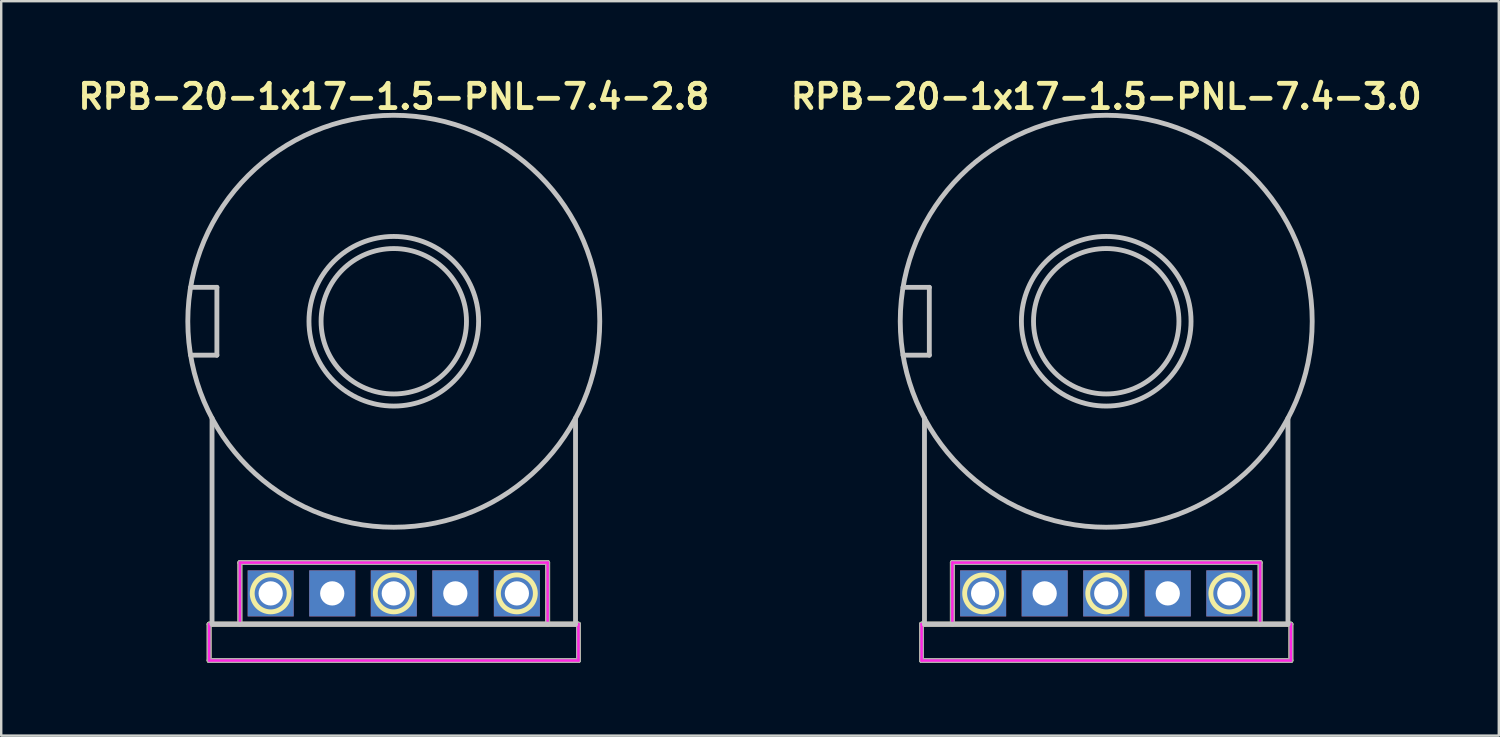
<source format=kicad_pcb>
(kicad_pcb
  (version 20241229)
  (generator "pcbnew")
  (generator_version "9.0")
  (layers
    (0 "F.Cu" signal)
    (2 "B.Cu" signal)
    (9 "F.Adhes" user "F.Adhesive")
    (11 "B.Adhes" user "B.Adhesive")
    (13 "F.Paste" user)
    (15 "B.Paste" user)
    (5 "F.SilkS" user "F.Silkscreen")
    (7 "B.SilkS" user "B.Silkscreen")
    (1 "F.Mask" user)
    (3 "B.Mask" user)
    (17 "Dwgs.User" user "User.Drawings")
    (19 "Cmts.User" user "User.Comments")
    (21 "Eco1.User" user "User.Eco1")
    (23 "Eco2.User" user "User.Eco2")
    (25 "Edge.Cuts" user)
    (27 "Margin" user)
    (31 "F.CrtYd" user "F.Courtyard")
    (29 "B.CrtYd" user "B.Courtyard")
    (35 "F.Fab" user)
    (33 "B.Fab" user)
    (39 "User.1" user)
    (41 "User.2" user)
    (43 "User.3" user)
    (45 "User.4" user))
  (footprint "RPB-20-1x17-1.5-PNL-7.4-2.8"
    (layer "F.Cu")
    (at 13.2 10.207)
    (property "Reference" "RPB-20-1x17-1.5-PNL-7.4-2.8" (at 0 -9.271 0) (layer "F.SilkS") (effects (font (size 1 1) (thickness 0.2))))
    (attr through_hole)
    (fp_line (start -7.62 12.5) (end -7.62 14) (stroke (width 0.2) (type solid)) (layer "F.SilkS"))
    (fp_line (start -7.62 12.5) (end 7.62 12.5) (stroke (width 0.2) (type solid)) (layer "F.SilkS"))
    (fp_line (start -7.62 14) (end 7.62 14) (stroke (width 0.2) (type solid)) (layer "F.SilkS"))
    (fp_line (start -6.35 9.96) (end -6.35 12.5) (stroke (width 0.2) (type solid)) (layer "F.SilkS"))
    (fp_line (start -6.35 9.96) (end 6.35 9.96) (stroke (width 0.2) (type solid)) (layer "F.SilkS"))
    (fp_line (start 6.35 9.96) (end 6.35 12.5) (stroke (width 0.2) (type solid)) (layer "F.SilkS"))
    (fp_line (start 7.62 12.5) (end 7.62 14) (stroke (width 0.2) (type solid)) (layer "F.SilkS"))
    (fp_circle (center -5.08 11.23) (end -4.318 11.23) (stroke (width 0.2) (type solid)) (fill no) (layer "F.SilkS"))
    (fp_circle (center 0 11.23) (end 0.762 11.23) (stroke (width 0.2) (type solid)) (fill no) (layer "F.SilkS"))
    (fp_circle (center 5.08 11.23) (end 5.842 11.23) (stroke (width 0.2) (type solid)) (fill no) (layer "F.SilkS"))
    (fp_line (start -8.384 -1.4) (end -7.3 -1.4) (stroke (width 0.2) (type solid)) (layer "Dwgs.User"))
    (fp_line (start -8.384 1.4) (end -7.3 1.4) (stroke (width 0.2) (type solid)) (layer "Dwgs.User"))
    (fp_line (start -7.5 4) (end -7.5 12.5) (stroke (width 0.2) (type solid)) (layer "Dwgs.User"))
    (fp_line (start -7.5 12.5) (end 7.5 12.5) (stroke (width 0.2) (type solid)) (layer "Dwgs.User"))
    (fp_line (start -7.3 -1.4) (end -7.3 1.4) (stroke (width 0.2) (type solid)) (layer "Dwgs.User"))
    (fp_line (start 7.5 4) (end 7.5 12.5) (stroke (width 0.2) (type solid)) (layer "Dwgs.User"))
    (fp_circle (center 0 0) (end 3 0) (stroke (width 0.2) (type solid)) (fill no) (layer "Dwgs.User"))
    (fp_circle (center 0 0) (end 3.5 0) (stroke (width 0.2) (type solid)) (fill no) (layer "Dwgs.User"))
    (fp_circle (center 0 0) (end 8.5 0) (stroke (width 0.2) (type solid)) (fill no) (layer "Dwgs.User"))
    (fp_circle (center -7.9 0) (end -6.5 0) (stroke (width 0.4) (type solid)) (fill no) (layer "Eco1.User"))
    (fp_circle (center 0 0) (end 3.7 0) (stroke (width 0.4) (type solid)) (fill no) (layer "Eco1.User"))
    (fp_line (start -7.62 12.5) (end -7.62 14) (stroke (width 0.1) (type solid)) (layer "F.CrtYd"))
    (fp_line (start -7.62 12.5) (end -6.35 12.5) (stroke (width 0.1) (type solid)) (layer "F.CrtYd"))
    (fp_line (start -7.62 14) (end 7.62 14) (stroke (width 0.1) (type solid)) (layer "F.CrtYd"))
    (fp_line (start -6.35 9.96) (end -6.35 12.5) (stroke (width 0.1) (type solid)) (layer "F.CrtYd"))
    (fp_line (start -6.35 9.96) (end 6.35 9.96) (stroke (width 0.1) (type solid)) (layer "F.CrtYd"))
    (fp_line (start 6.35 9.96) (end 6.35 12.5) (stroke (width 0.1) (type solid)) (layer "F.CrtYd"))
    (fp_line (start 6.35 12.5) (end 7.62 12.5) (stroke (width 0.1) (type solid)) (layer "F.CrtYd"))
    (fp_line (start 7.62 12.5) (end 7.62 14) (stroke (width 0.1) (type solid)) (layer "F.CrtYd"))
    (fp_line (start -7.62 12.5) (end -7.62 14) (stroke (width 0.2) (type solid)) (layer "F.Fab"))
    (fp_line (start -7.62 12.5) (end 7.62 12.5) (stroke (width 0.2) (type solid)) (layer "F.Fab"))
    (fp_line (start -7.62 14) (end 7.62 14) (stroke (width 0.2) (type solid)) (layer "F.Fab"))
    (fp_line (start -6.35 9.96) (end -6.35 12.5) (stroke (width 0.2) (type solid)) (layer "F.Fab"))
    (fp_line (start -6.35 9.96) (end 6.35 9.96) (stroke (width 0.2) (type solid)) (layer "F.Fab"))
    (fp_line (start 6.35 9.96) (end 6.35 12.5) (stroke (width 0.2) (type solid)) (layer "F.Fab"))
    (fp_line (start 7.62 12.5) (end 7.62 14) (stroke (width 0.2) (type solid)) (layer "F.Fab"))
    (pad "1" thru_hole rect (at -5.08 11.23) (size 1.9 1.9) (drill 1) (layers "B.Cu" "B.Mask"))
    (pad "2" thru_hole rect (at 0 11.23) (size 1.9 1.9) (drill 1) (layers "B.Cu" "B.Mask"))
    (pad "3" thru_hole rect (at 5.08 11.23) (size 1.9 1.9) (drill 1) (layers "B.Cu" "B.Mask"))
    (pad "NC1" thru_hole rect (at -2.54 11.23) (size 1.9 1.9) (drill 1) (layers "B.Cu" "B.Mask"))
    (pad "NC2" thru_hole rect (at 2.54 11.23) (size 1.9 1.9) (drill 1) (layers "B.Cu" "B.Mask")))
  (footprint "RPB-20-1x17-1.5-PNL-7.4-3.0"
    (layer "F.Cu")
    (at 42.6 10.207)
    (property "Reference" "RPB-20-1x17-1.5-PNL-7.4-3.0" (at 0 -9.271 0) (layer "F.SilkS") (effects (font (size 1 1) (thickness 0.2))))
    (attr through_hole)
    (fp_line (start -7.62 12.5) (end -7.62 14) (stroke (width 0.2) (type solid)) (layer "F.SilkS"))
    (fp_line (start -7.62 12.5) (end 7.62 12.5) (stroke (width 0.2) (type solid)) (layer "F.SilkS"))
    (fp_line (start -7.62 14) (end 7.62 14) (stroke (width 0.2) (type solid)) (layer "F.SilkS"))
    (fp_line (start -6.35 9.96) (end -6.35 12.5) (stroke (width 0.2) (type solid)) (layer "F.SilkS"))
    (fp_line (start -6.35 9.96) (end 6.35 9.96) (stroke (width 0.2) (type solid)) (layer "F.SilkS"))
    (fp_line (start 6.35 9.96) (end 6.35 12.5) (stroke (width 0.2) (type solid)) (layer "F.SilkS"))
    (fp_line (start 7.62 12.5) (end 7.62 14) (stroke (width 0.2) (type solid)) (layer "F.SilkS"))
    (fp_circle (center -5.08 11.23) (end -4.318 11.23) (stroke (width 0.2) (type solid)) (fill no) (layer "F.SilkS"))
    (fp_circle (center 0 11.23) (end 0.762 11.23) (stroke (width 0.2) (type solid)) (fill no) (layer "F.SilkS"))
    (fp_circle (center 5.08 11.23) (end 5.842 11.23) (stroke (width 0.2) (type solid)) (fill no) (layer "F.SilkS"))
    (fp_line (start -8.384 -1.4) (end -7.3 -1.4) (stroke (width 0.2) (type solid)) (layer "Dwgs.User"))
    (fp_line (start -8.384 1.4) (end -7.3 1.4) (stroke (width 0.2) (type solid)) (layer "Dwgs.User"))
    (fp_line (start -7.5 4) (end -7.5 12.5) (stroke (width 0.2) (type solid)) (layer "Dwgs.User"))
    (fp_line (start -7.5 12.5) (end 7.5 12.5) (stroke (width 0.2) (type solid)) (layer "Dwgs.User"))
    (fp_line (start -7.3 -1.4) (end -7.3 1.4) (stroke (width 0.2) (type solid)) (layer "Dwgs.User"))
    (fp_line (start 7.5 4) (end 7.5 12.5) (stroke (width 0.2) (type solid)) (layer "Dwgs.User"))
    (fp_circle (center 0 0) (end 3 0) (stroke (width 0.2) (type solid)) (fill no) (layer "Dwgs.User"))
    (fp_circle (center 0 0) (end 3.5 0) (stroke (width 0.2) (type solid)) (fill no) (layer "Dwgs.User"))
    (fp_circle (center 0 0) (end 8.5 0) (stroke (width 0.2) (type solid)) (fill no) (layer "Dwgs.User"))
    (fp_circle (center -7.9 0) (end -6.4 0) (stroke (width 0.4) (type solid)) (fill no) (layer "Eco1.User"))
    (fp_circle (center 0 0) (end 3.7 0) (stroke (width 0.4) (type solid)) (fill no) (layer "Eco1.User"))
    (fp_line (start -7.62 12.5) (end -7.62 14) (stroke (width 0.1) (type solid)) (layer "F.CrtYd"))
    (fp_line (start -7.62 12.5) (end -6.35 12.5) (stroke (width 0.1) (type solid)) (layer "F.CrtYd"))
    (fp_line (start -7.62 14) (end 7.62 14) (stroke (width 0.1) (type solid)) (layer "F.CrtYd"))
    (fp_line (start -6.35 9.96) (end -6.35 12.5) (stroke (width 0.1) (type solid)) (layer "F.CrtYd"))
    (fp_line (start -6.35 9.96) (end 6.35 9.96) (stroke (width 0.1) (type solid)) (layer "F.CrtYd"))
    (fp_line (start 6.35 9.96) (end 6.35 12.5) (stroke (width 0.1) (type solid)) (layer "F.CrtYd"))
    (fp_line (start 6.35 12.5) (end 7.62 12.5) (stroke (width 0.1) (type solid)) (layer "F.CrtYd"))
    (fp_line (start 7.62 12.5) (end 7.62 14) (stroke (width 0.1) (type solid)) (layer "F.CrtYd"))
    (fp_line (start -7.62 12.5) (end -7.62 14) (stroke (width 0.2) (type solid)) (layer "F.Fab"))
    (fp_line (start -7.62 12.5) (end 7.62 12.5) (stroke (width 0.2) (type solid)) (layer "F.Fab"))
    (fp_line (start -7.62 14) (end 7.62 14) (stroke (width 0.2) (type solid)) (layer "F.Fab"))
    (fp_line (start -6.35 9.96) (end -6.35 12.5) (stroke (width 0.2) (type solid)) (layer "F.Fab"))
    (fp_line (start -6.35 9.96) (end 6.35 9.96) (stroke (width 0.2) (type solid)) (layer "F.Fab"))
    (fp_line (start 6.35 9.96) (end 6.35 12.5) (stroke (width 0.2) (type solid)) (layer "F.Fab"))
    (fp_line (start 7.62 12.5) (end 7.62 14) (stroke (width 0.2) (type solid)) (layer "F.Fab"))
    (pad "1" thru_hole rect (at -5.08 11.23) (size 1.9 1.9) (drill 1) (layers "B.Cu" "B.Mask"))
    (pad "2" thru_hole rect (at 0 11.23) (size 1.9 1.9) (drill 1) (layers "B.Cu" "B.Mask"))
    (pad "3" thru_hole rect (at 5.08 11.23) (size 1.9 1.9) (drill 1) (layers "B.Cu" "B.Mask"))
    (pad "NC1" thru_hole rect (at -2.54 11.23) (size 1.9 1.9) (drill 1) (layers "B.Cu" "B.Mask"))
    (pad "NC2" thru_hole rect (at 2.54 11.23) (size 1.9 1.9) (drill 1) (layers "B.Cu" "B.Mask")))
  (gr_rect
    (start -3 -3)
    (end 58.8 27.307)
    (stroke (width 0.1) (type default))
    (fill no)
    (layer "Edge.Cuts")))
</source>
